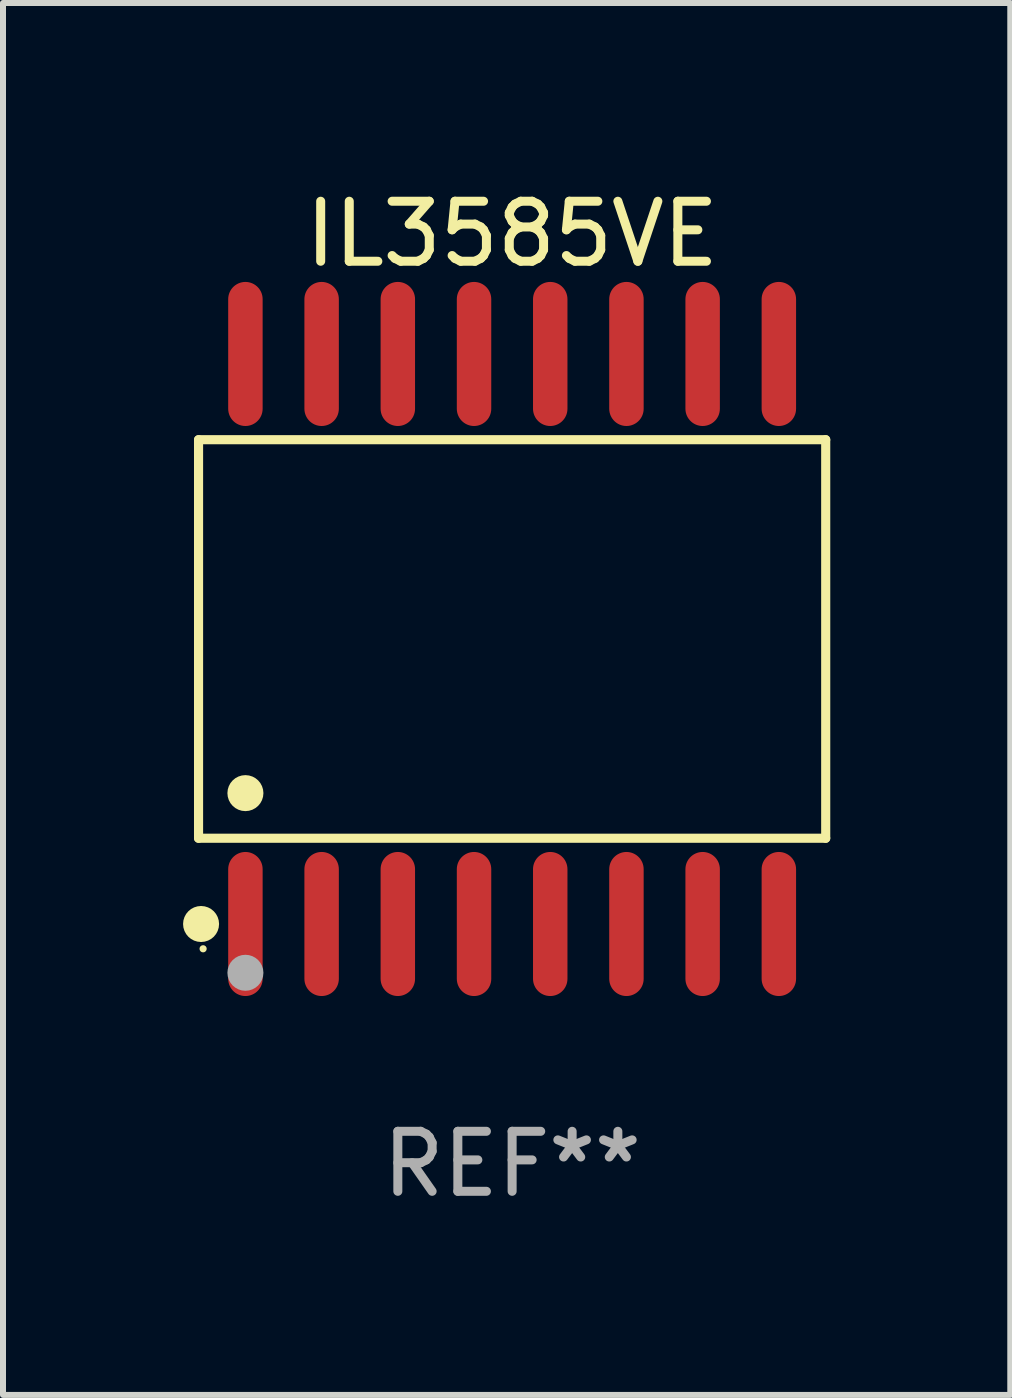
<source format=kicad_pcb>
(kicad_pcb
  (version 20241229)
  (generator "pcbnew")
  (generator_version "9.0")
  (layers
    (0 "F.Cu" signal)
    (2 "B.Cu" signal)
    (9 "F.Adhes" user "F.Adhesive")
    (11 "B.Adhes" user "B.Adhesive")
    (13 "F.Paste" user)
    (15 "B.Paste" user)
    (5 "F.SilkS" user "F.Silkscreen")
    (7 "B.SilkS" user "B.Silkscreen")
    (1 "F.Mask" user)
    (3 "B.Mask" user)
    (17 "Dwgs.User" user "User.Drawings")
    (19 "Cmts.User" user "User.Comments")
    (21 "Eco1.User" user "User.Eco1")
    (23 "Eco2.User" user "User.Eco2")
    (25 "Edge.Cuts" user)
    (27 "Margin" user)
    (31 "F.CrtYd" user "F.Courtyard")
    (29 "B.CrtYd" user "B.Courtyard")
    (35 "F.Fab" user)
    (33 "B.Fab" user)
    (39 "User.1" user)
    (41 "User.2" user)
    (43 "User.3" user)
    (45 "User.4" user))
  (footprint "IL3585VE"
    (layer "F.Cu")
    (at 5.485 7.599)
    (property "Reference" "IL3585VE" (at 0 -6.75 0) (layer "F.SilkS") (effects (font (size 1 1) (thickness 0.15))))
    (attr through_hole)
    (fp_line (start -5.226 -3.321) (end 5.226 -3.321) (stroke (width 0.152) (type solid)) (layer "F.SilkS"))
    (fp_line (start -5.226 3.321) (end -5.226 -3.321) (stroke (width 0.152) (type solid)) (layer "F.SilkS"))
    (fp_line (start 5.226 -3.321) (end 5.226 3.321) (stroke (width 0.152) (type solid)) (layer "F.SilkS"))
    (fp_line (start 5.226 3.321) (end -5.226 3.321) (stroke (width 0.152) (type solid)) (layer "F.SilkS"))
    (fp_circle (center -5.184 4.75) (end -5.034 4.75) (stroke (width 0.3) (type solid)) (fill no) (layer "F.SilkS"))
    (fp_circle (center -5.15 5.163) (end -5.12 5.163) (stroke (width 0.06) (type solid)) (fill no) (layer "F.SilkS"))
    (fp_circle (center -4.445 2.569) (end -4.295 2.569) (stroke (width 0.3) (type solid)) (fill no) (layer "F.SilkS"))
    (fp_circle (center -4.445 5.563) (end -4.295 5.563) (stroke (width 0.3) (type solid)) (fill no) (layer "F.Fab"))
    (fp_text user "REF**" (at 0 8.75 0) (layer "F.Fab") (effects (font (size 1 1) (thickness 0.15))))
    (pad "1" smd oval (at -4.445 4.75) (size 0.574 2.401) (layers "F.Cu" "F.Mask" "F.Paste"))
    (pad "2" smd oval (at -3.175 4.75) (size 0.574 2.401) (layers "F.Cu" "F.Mask" "F.Paste"))
    (pad "3" smd oval (at -1.905 4.75) (size 0.574 2.401) (layers "F.Cu" "F.Mask" "F.Paste"))
    (pad "4" smd oval (at -0.635 4.75) (size 0.574 2.401) (layers "F.Cu" "F.Mask" "F.Paste"))
    (pad "5" smd oval (at 0.635 4.75) (size 0.574 2.401) (layers "F.Cu" "F.Mask" "F.Paste"))
    (pad "6" smd oval (at 1.905 4.75) (size 0.574 2.401) (layers "F.Cu" "F.Mask" "F.Paste"))
    (pad "7" smd oval (at 3.175 4.75) (size 0.574 2.401) (layers "F.Cu" "F.Mask" "F.Paste"))
    (pad "8" smd oval (at 4.445 4.75) (size 0.574 2.401) (layers "F.Cu" "F.Mask" "F.Paste"))
    (pad "9" smd oval (at 4.445 -4.75) (size 0.574 2.401) (layers "F.Cu" "F.Mask" "F.Paste"))
    (pad "10" smd oval (at 3.175 -4.75) (size 0.574 2.401) (layers "F.Cu" "F.Mask" "F.Paste"))
    (pad "11" smd oval (at 1.905 -4.75) (size 0.574 2.401) (layers "F.Cu" "F.Mask" "F.Paste"))
    (pad "12" smd oval (at 0.635 -4.75) (size 0.574 2.401) (layers "F.Cu" "F.Mask" "F.Paste"))
    (pad "13" smd oval (at -0.635 -4.75) (size 0.574 2.401) (layers "F.Cu" "F.Mask" "F.Paste"))
    (pad "14" smd oval (at -1.905 -4.75) (size 0.574 2.401) (layers "F.Cu" "F.Mask" "F.Paste"))
    (pad "15" smd oval (at -3.175 -4.75) (size 0.574 2.401) (layers "F.Cu" "F.Mask" "F.Paste"))
    (pad "16" smd oval (at -4.445 -4.75) (size 0.574 2.401) (layers "F.Cu" "F.Mask" "F.Paste")))
  (gr_rect
    (start -3 -3)
    (end 13.787 20.197)
    (stroke (width 0.1) (type default))
    (fill no)
    (layer "Edge.Cuts")))
</source>
